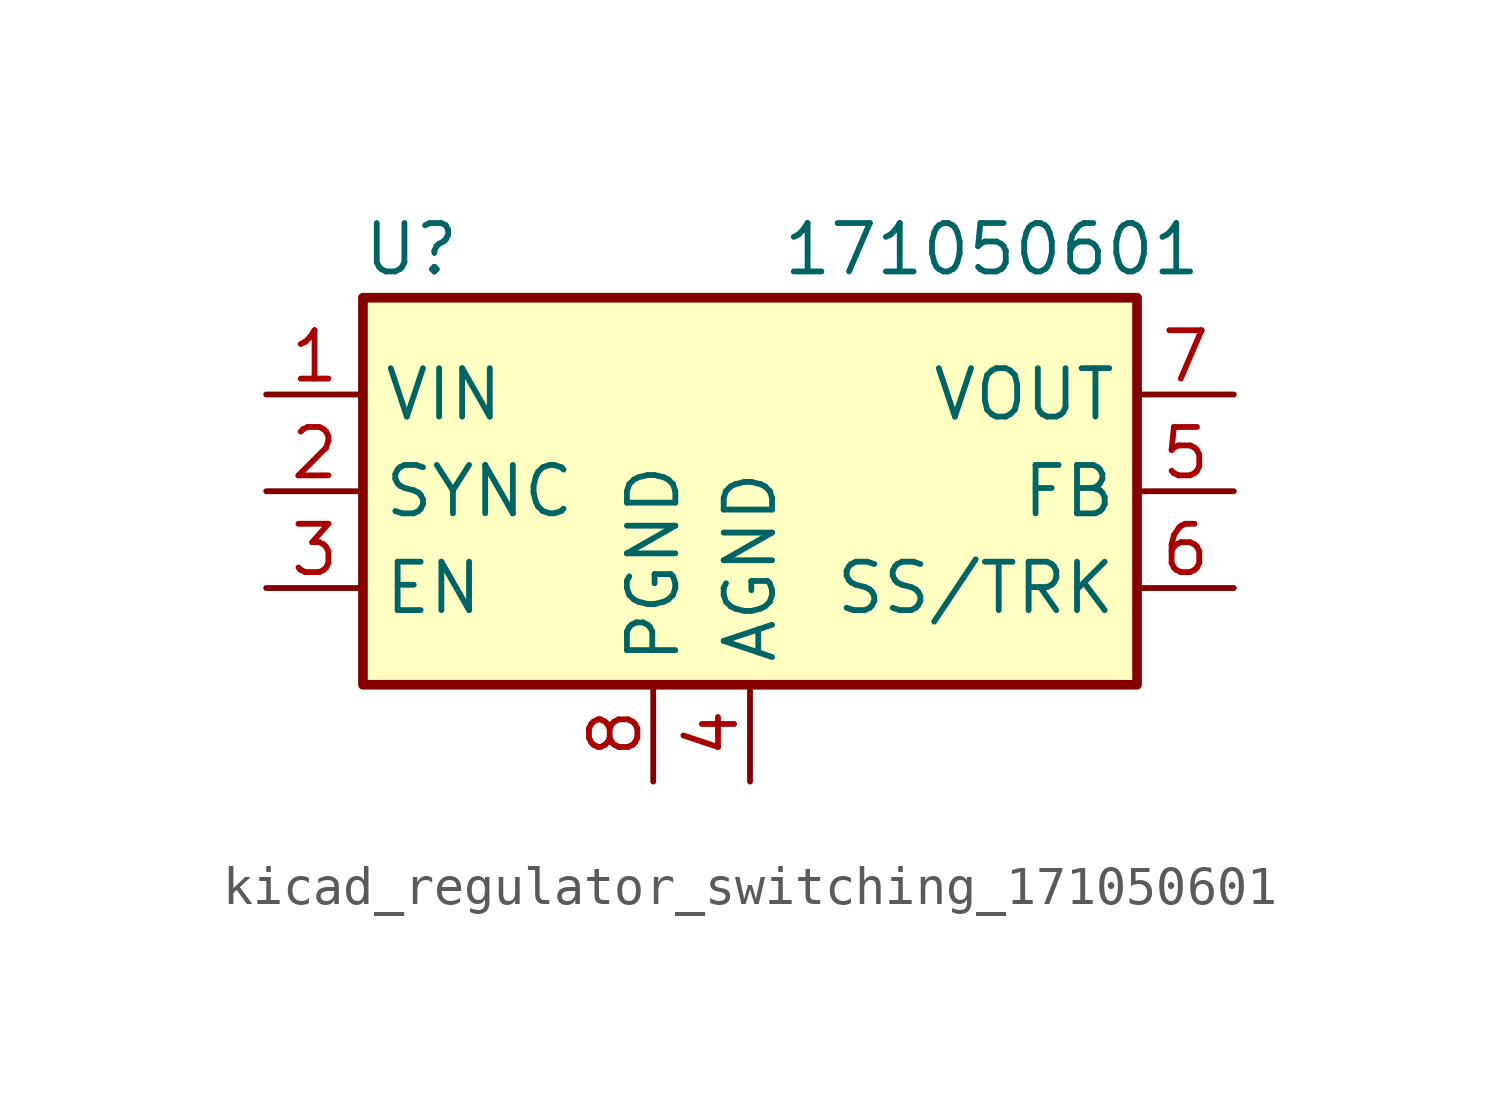
<source format=kicad_sym>
(kicad_symbol_lib
  (version 20220914)
  (generator kicad_symbol_editor)
  (symbol "kicad_regulator_switching_171050601"
    (property "Reference" "U"
      (at -8.89 6.35 0)
      (effects (font (size 1.27 1.27))))
    (property "Value" "171050601"
      (at 6.35 6.35 0)
      (effects (font (size 1.27 1.27))))
    (symbol "kicad_regulator_switching_171050601_0_1"
      (rectangle (start -10.16 5.08) (end 10.16 -5.08) (stroke (width 0.254) (type default)) (fill (type background))))
    (symbol "kicad_regulator_switching_171050601_1_1"
      (pin power_in line (at -12.7 2.54 0) (length 2.54) (name "VIN" (effects (font (size 1.27 1.27)))) (number "1" (effects (font (size 1.27 1.27)))))
      (pin input line (at -12.7 0 0) (length 2.54) (name "SYNC" (effects (font (size 1.27 1.27)))) (number "2" (effects (font (size 1.27 1.27)))))
      (pin input line (at -12.7 -2.54 0) (length 2.54) (name "EN" (effects (font (size 1.27 1.27)))) (number "3" (effects (font (size 1.27 1.27)))))
      (pin power_in line (at 0 -7.62 90) (length 2.54) (name "AGND" (effects (font (size 1.27 1.27)))) (number "4" (effects (font (size 1.27 1.27)))))
      (pin input line (at 12.7 0 180) (length 2.54) (name "FB" (effects (font (size 1.27 1.27)))) (number "5" (effects (font (size 1.27 1.27)))))
      (pin input line (at 12.7 -2.54 180) (length 2.54) (name "SS/TRK" (effects (font (size 1.27 1.27)))) (number "6" (effects (font (size 1.27 1.27)))))
      (pin power_out line (at 12.7 2.54 180) (length 2.54) (name "VOUT" (effects (font (size 1.27 1.27)))) (number "7" (effects (font (size 1.27 1.27)))))
      (pin power_in line (at -2.54 -7.62 90) (length 2.54) (name "PGND" (effects (font (size 1.27 1.27)))) (number "8" (effects (font (size 1.27 1.27))))))))
</source>
